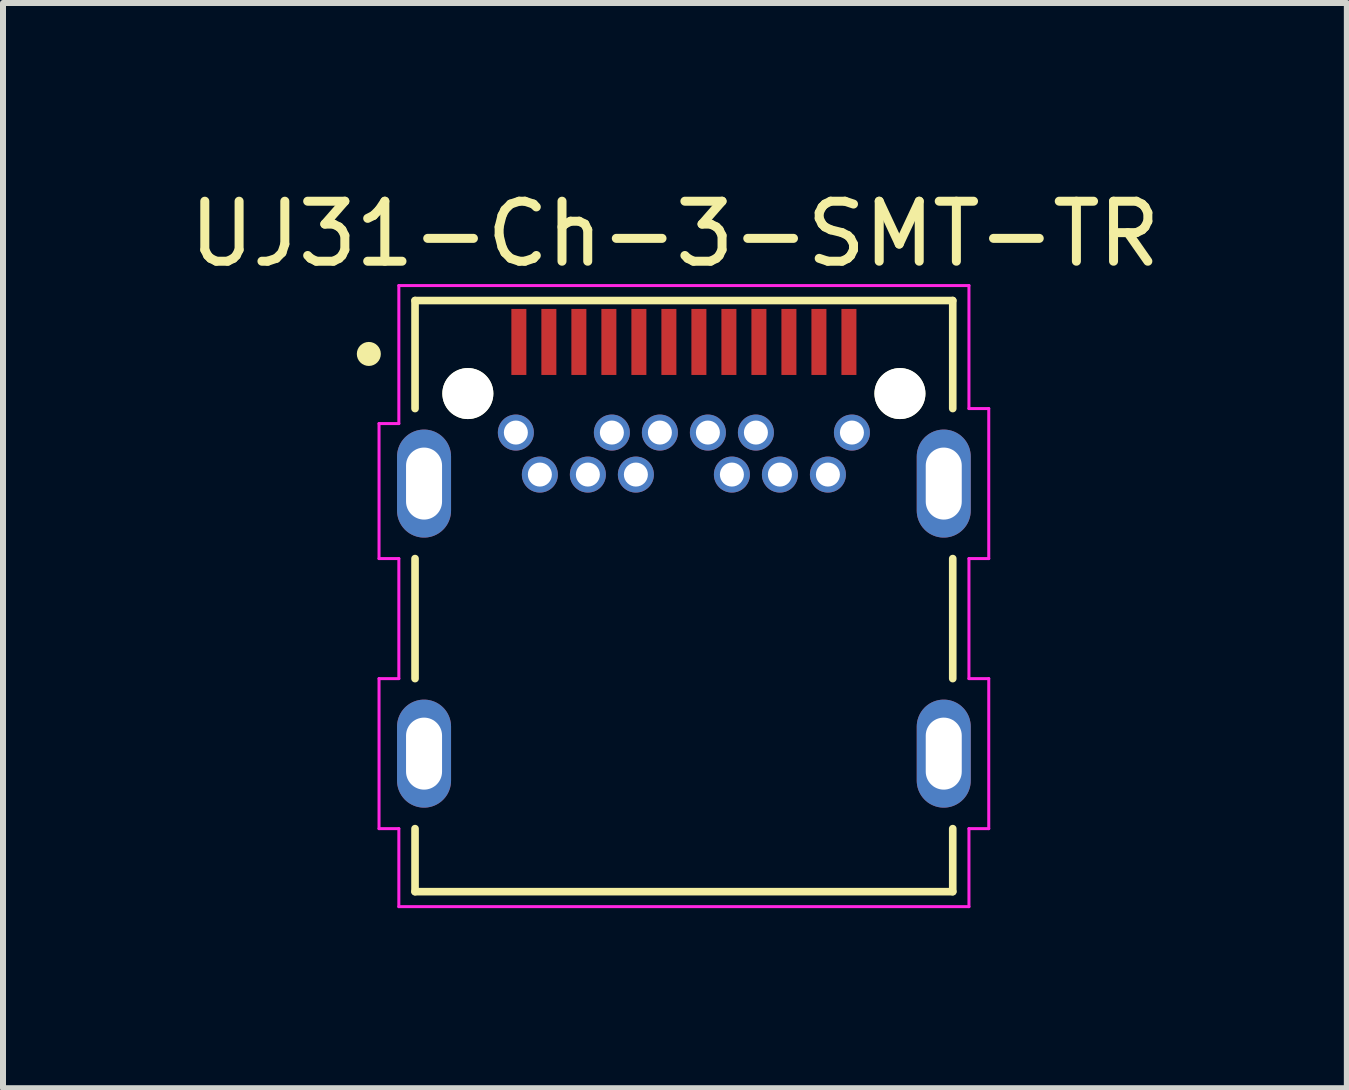
<source format=kicad_pcb>
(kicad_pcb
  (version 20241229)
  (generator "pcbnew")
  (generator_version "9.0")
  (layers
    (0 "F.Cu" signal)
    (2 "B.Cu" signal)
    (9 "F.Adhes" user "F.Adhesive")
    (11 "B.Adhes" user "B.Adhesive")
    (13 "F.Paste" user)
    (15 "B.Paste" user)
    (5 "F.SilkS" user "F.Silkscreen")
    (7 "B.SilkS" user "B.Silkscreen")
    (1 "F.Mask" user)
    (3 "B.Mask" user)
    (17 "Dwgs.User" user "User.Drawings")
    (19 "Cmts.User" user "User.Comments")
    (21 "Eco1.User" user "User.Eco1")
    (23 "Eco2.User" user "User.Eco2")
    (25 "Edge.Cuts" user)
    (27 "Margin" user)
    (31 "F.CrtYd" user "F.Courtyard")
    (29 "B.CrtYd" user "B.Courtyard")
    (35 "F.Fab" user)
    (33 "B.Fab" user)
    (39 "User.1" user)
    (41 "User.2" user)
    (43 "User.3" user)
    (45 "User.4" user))
  (footprint "UJ31-Ch-3-SMT-TR"
    (layer "F.Cu")
    (at 8.196 7.648)
    (property "Reference" "UJ31-Ch-3-SMT-TR" (at 0 -6.8 0) (layer "F.SilkS") (effects (font (size 1 1) (thickness 0.15))))
    (attr through_hole)
    (fp_line (start -4.33 -5.69) (end -4.33 -3.89) (stroke (width 0.127) (type solid)) (layer "F.SilkS"))
    (fp_line (start -4.33 -5.69) (end 4.63 -5.69) (stroke (width 0.127) (type solid)) (layer "F.SilkS"))
    (fp_line (start -4.33 -1.39) (end -4.33 0.61) (stroke (width 0.127) (type solid)) (layer "F.SilkS"))
    (fp_line (start -4.33 3.11) (end -4.33 4.16) (stroke (width 0.127) (type solid)) (layer "F.SilkS"))
    (fp_line (start -4.33 4.16) (end 4.63 4.16) (stroke (width 0.127) (type solid)) (layer "F.SilkS"))
    (fp_line (start 4.63 -5.69) (end 4.63 -3.89) (stroke (width 0.127) (type solid)) (layer "F.SilkS"))
    (fp_line (start 4.63 0.61) (end 4.63 -1.39) (stroke (width 0.127) (type solid)) (layer "F.SilkS"))
    (fp_line (start 4.63 4.16) (end 4.63 3.11) (stroke (width 0.127) (type solid)) (layer "F.SilkS"))
    (fp_circle (center -5.1 -4.8) (end -5 -4.8) (stroke (width 0.2) (type solid)) (fill no) (layer "F.SilkS"))
    (fp_line (start -4.93 -3.64) (end -4.6 -3.64) (stroke (width 0.05) (type solid)) (layer "F.CrtYd"))
    (fp_line (start -4.93 -1.39) (end -4.93 -3.64) (stroke (width 0.05) (type solid)) (layer "F.CrtYd"))
    (fp_line (start -4.93 0.61) (end -4.6 0.61) (stroke (width 0.05) (type solid)) (layer "F.CrtYd"))
    (fp_line (start -4.93 3.11) (end -4.93 0.61) (stroke (width 0.05) (type solid)) (layer "F.CrtYd"))
    (fp_line (start -4.6 -5.94) (end 4.9 -5.94) (stroke (width 0.05) (type solid)) (layer "F.CrtYd"))
    (fp_line (start -4.6 -3.64) (end -4.6 -5.94) (stroke (width 0.05) (type solid)) (layer "F.CrtYd"))
    (fp_line (start -4.6 -1.39) (end -4.93 -1.39) (stroke (width 0.05) (type solid)) (layer "F.CrtYd"))
    (fp_line (start -4.6 0.61) (end -4.6 -1.39) (stroke (width 0.05) (type solid)) (layer "F.CrtYd"))
    (fp_line (start -4.6 3.11) (end -4.93 3.11) (stroke (width 0.05) (type solid)) (layer "F.CrtYd"))
    (fp_line (start -4.6 4.41) (end -4.6 3.11) (stroke (width 0.05) (type solid)) (layer "F.CrtYd"))
    (fp_line (start 4.9 -5.94) (end 4.9 -3.89) (stroke (width 0.05) (type solid)) (layer "F.CrtYd"))
    (fp_line (start 4.9 -3.89) (end 5.23 -3.89) (stroke (width 0.05) (type solid)) (layer "F.CrtYd"))
    (fp_line (start 4.9 -1.39) (end 4.9 0.61) (stroke (width 0.05) (type solid)) (layer "F.CrtYd"))
    (fp_line (start 4.9 0.61) (end 5.23 0.61) (stroke (width 0.05) (type solid)) (layer "F.CrtYd"))
    (fp_line (start 4.9 3.11) (end 4.9 4.41) (stroke (width 0.05) (type solid)) (layer "F.CrtYd"))
    (fp_line (start 4.9 4.41) (end -4.6 4.41) (stroke (width 0.05) (type solid)) (layer "F.CrtYd"))
    (fp_line (start 5.23 -3.89) (end 5.23 -1.39) (stroke (width 0.05) (type solid)) (layer "F.CrtYd"))
    (fp_line (start 5.23 -1.39) (end 4.9 -1.39) (stroke (width 0.05) (type solid)) (layer "F.CrtYd"))
    (fp_line (start 5.23 0.61) (end 5.23 3.11) (stroke (width 0.05) (type solid)) (layer "F.CrtYd"))
    (fp_line (start 5.23 3.11) (end 4.9 3.11) (stroke (width 0.05) (type solid)) (layer "F.CrtYd"))
    (pad "" np_thru_hole circle (at -3.45 -4.14) (size 0.85 0.85) (drill 0.85) (layers "*.Cu" "*.Mask" "F.SilkS"))
    (pad "" np_thru_hole circle (at 3.75 -4.14) (size 0.85 0.85) (drill 0.85) (layers "*.Cu" "*.Mask" "F.SilkS"))
    (pad "A1" smd rect (at -2.6 -5) (size 0.25 1.1) (layers "F.Cu" "F.Mask" "F.Paste"))
    (pad "A2" smd rect (at -2.1 -5) (size 0.25 1.1) (layers "F.Cu" "F.Mask" "F.Paste"))
    (pad "A3" smd rect (at -1.6 -5) (size 0.25 1.1) (layers "F.Cu" "F.Mask" "F.Paste"))
    (pad "A4" smd rect (at -1.1 -5) (size 0.25 1.1) (layers "F.Cu" "F.Mask" "F.Paste"))
    (pad "A5" smd rect (at -0.6 -5) (size 0.25 1.1) (layers "F.Cu" "F.Mask" "F.Paste"))
    (pad "A6" smd rect (at -0.1 -5) (size 0.25 1.1) (layers "F.Cu" "F.Mask" "F.Paste"))
    (pad "A7" smd rect (at 0.4 -5) (size 0.25 1.1) (layers "F.Cu" "F.Mask" "F.Paste"))
    (pad "A8" smd rect (at 0.9 -5) (size 0.25 1.1) (layers "F.Cu" "F.Mask" "F.Paste"))
    (pad "A9" smd rect (at 1.4 -5) (size 0.25 1.1) (layers "F.Cu" "F.Mask" "F.Paste"))
    (pad "A10" smd rect (at 1.9 -5) (size 0.25 1.1) (layers "F.Cu" "F.Mask" "F.Paste"))
    (pad "A11" smd rect (at 2.4 -5) (size 0.25 1.1) (layers "F.Cu" "F.Mask" "F.Paste"))
    (pad "A12" smd rect (at 2.9 -5) (size 0.25 1.1) (layers "F.Cu" "F.Mask" "F.Paste"))
    (pad "B1" thru_hole circle (at 2.95 -3.49) (size 0.6 0.6) (drill 0.4) (layers "*.Cu" "*.Mask"))
    (pad "B2" thru_hole circle (at 2.55 -2.79) (size 0.6 0.6) (drill 0.4) (layers "*.Cu" "*.Mask"))
    (pad "B3" thru_hole circle (at 1.75 -2.79) (size 0.6 0.6) (drill 0.4) (layers "*.Cu" "*.Mask"))
    (pad "B4" thru_hole circle (at 1.35 -3.49) (size 0.6 0.6) (drill 0.4) (layers "*.Cu" "*.Mask"))
    (pad "B5" thru_hole circle (at 0.95 -2.79) (size 0.6 0.6) (drill 0.4) (layers "*.Cu" "*.Mask"))
    (pad "B6" thru_hole circle (at 0.55 -3.49) (size 0.6 0.6) (drill 0.4) (layers "*.Cu" "*.Mask"))
    (pad "B7" thru_hole circle (at -0.25 -3.49) (size 0.6 0.6) (drill 0.4) (layers "*.Cu" "*.Mask"))
    (pad "B8" thru_hole circle (at -0.65 -2.79) (size 0.6 0.6) (drill 0.4) (layers "*.Cu" "*.Mask"))
    (pad "B9" thru_hole circle (at -1.05 -3.49) (size 0.6 0.6) (drill 0.4) (layers "*.Cu" "*.Mask"))
    (pad "B10" thru_hole circle (at -1.45 -2.79) (size 0.6 0.6) (drill 0.4) (layers "*.Cu" "*.Mask"))
    (pad "B11" thru_hole circle (at -2.25 -2.79) (size 0.6 0.6) (drill 0.4) (layers "*.Cu" "*.Mask"))
    (pad "B12" thru_hole circle (at -2.65 -3.49) (size 0.6 0.6) (drill 0.4) (layers "*.Cu" "*.Mask"))
    (pad "SH1" thru_hole oval (at -4.18 -2.64 90) (size 1.8 0.9) (drill oval 1.2 0.6) (layers "*.Cu" "*.Mask"))
    (pad "SH2" thru_hole oval (at 4.48 -2.64 90) (size 1.8 0.9) (drill oval 1.2 0.6) (layers "*.Cu" "*.Mask"))
    (pad "SH3" thru_hole oval (at -4.18 1.86 90) (size 1.8 0.9) (drill oval 1.2 0.6) (layers "*.Cu" "*.Mask"))
    (pad "SH4" thru_hole oval (at 4.48 1.86 90) (size 1.8 0.9) (drill oval 1.2 0.6) (layers "*.Cu" "*.Mask")))
  (gr_rect
    (start -3 -3)
    (end 19.393 15.083)
    (stroke (width 0.1) (type default))
    (fill no)
    (layer "Edge.Cuts")))
</source>
